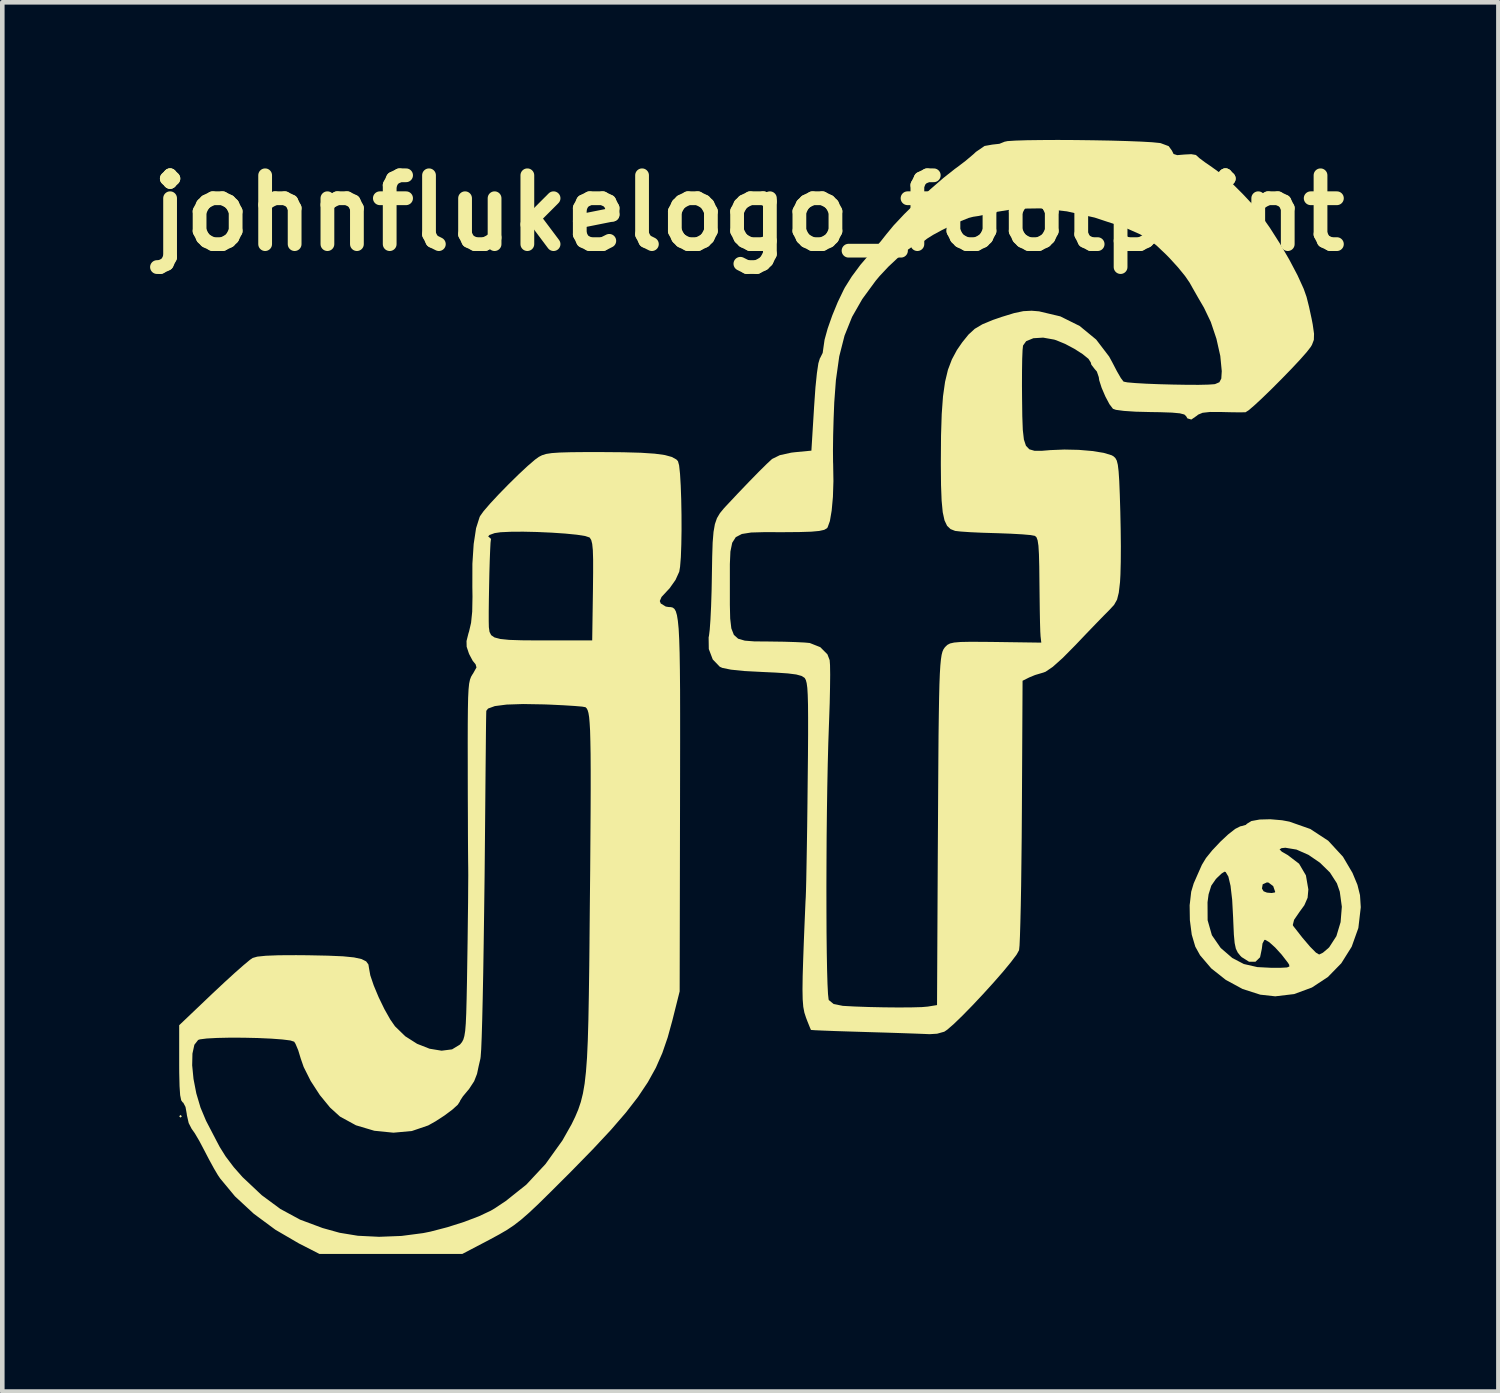
<source format=kicad_pcb>
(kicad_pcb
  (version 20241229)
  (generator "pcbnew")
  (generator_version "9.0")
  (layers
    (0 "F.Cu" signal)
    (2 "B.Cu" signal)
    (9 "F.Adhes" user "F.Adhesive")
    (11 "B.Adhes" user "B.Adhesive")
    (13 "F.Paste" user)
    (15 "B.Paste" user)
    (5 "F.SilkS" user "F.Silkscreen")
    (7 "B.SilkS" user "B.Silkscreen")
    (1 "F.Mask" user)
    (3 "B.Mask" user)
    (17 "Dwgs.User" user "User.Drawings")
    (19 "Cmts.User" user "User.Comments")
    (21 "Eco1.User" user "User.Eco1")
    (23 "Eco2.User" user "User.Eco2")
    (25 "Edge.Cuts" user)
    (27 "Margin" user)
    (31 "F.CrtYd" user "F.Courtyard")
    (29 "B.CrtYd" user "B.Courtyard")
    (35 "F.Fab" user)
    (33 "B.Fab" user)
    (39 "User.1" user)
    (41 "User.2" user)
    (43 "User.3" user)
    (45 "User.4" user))
  (footprint "johnflukelogo_footprint"
    (layer "F.Cu")
    (at 13.264 11.752)
    (property "Reference" "johnflukelogo_footprint" (at 0 -10.16 0) (layer "F.SilkS") (effects (font (size 1.5 1.5) (thickness 0.3))))
    (attr board_only exclude_from_pos_files exclude_from_bom)
    (fp_poly (pts (xy -12.35 9.525) (xy -12.38 9.554) (xy -12.409 9.525) (xy -12.38 9.496)) (stroke (width 0) (type solid)) (fill yes) (layer "F.SilkS"))
    (fp_poly (pts (xy 11.626 3.074) (xy 11.786 3.104) (xy 12.241 3.264) (xy 12.632 3.52) (xy 12.953 3.868) (xy 13.161 4.221) (xy 13.269 4.481) (xy 13.325 4.707) (xy 13.341 4.96) (xy 13.341 4.976) (xy 13.289 5.422) (xy 13.143 5.831) (xy 12.917 6.191) (xy 12.624 6.491) (xy 12.277 6.719) (xy 11.89 6.862) (xy 11.478 6.911) (xy 11.151 6.875) (xy 10.765 6.751) (xy 10.4 6.553) (xy 10.083 6.302) (xy 9.839 6.016) (xy 9.735 5.828) (xy 9.658 5.567) (xy 9.617 5.251) (xy 9.612 4.925) (xy 9.62 4.861) (xy 10.002 4.861) (xy 10.004 5.253) (xy 10.097 5.579) (xy 10.283 5.849) (xy 10.298 5.865) (xy 10.542 6.076) (xy 10.793 6.207) (xy 11.087 6.274) (xy 11.378 6.289) (xy 11.604 6.289) (xy 11.734 6.282) (xy 11.786 6.261) (xy 11.78 6.22) (xy 11.75 6.174) (xy 11.616 6.001) (xy 11.475 5.846) (xy 11.348 5.732) (xy 11.26 5.68) (xy 11.241 5.682) (xy 11.2 5.76) (xy 11.185 5.876) (xy 11.147 6.06) (xy 11.047 6.157) (xy 10.906 6.157) (xy 10.745 6.056) (xy 10.719 6.03) (xy 10.66 5.957) (xy 10.619 5.872) (xy 10.593 5.75) (xy 10.576 5.568) (xy 10.564 5.3) (xy 10.56 5.2) (xy 10.539 4.807) (xy 10.51 4.562) (xy 11.188 4.562) (xy 11.224 4.622) (xy 11.297 4.651) (xy 11.4 4.66) (xy 11.47 4.647) (xy 11.477 4.636) (xy 11.433 4.509) (xy 11.332 4.433) (xy 11.296 4.428) (xy 11.204 4.47) (xy 11.188 4.562) (xy 10.51 4.562) (xy 10.504 4.505) (xy 10.456 4.301) (xy 10.398 4.203) (xy 10.374 4.194) (xy 10.311 4.233) (xy 10.209 4.329) (xy 10.184 4.355) (xy 10.084 4.499) (xy 10.025 4.688) (xy 10.002 4.861) (xy 9.62 4.861) (xy 9.646 4.632) (xy 9.7 4.451) (xy 9.786 4.255) (xy 9.876 4.052) (xy 9.881 4.042) (xy 9.968 3.898) (xy 10.108 3.725) (xy 10.124 3.709) (xy 11.572 3.709) (xy 11.621 3.759) (xy 11.752 3.834) (xy 11.997 4.021) (xy 12.146 4.275) (xy 12.199 4.582) (xy 12.183 4.763) (xy 12.112 4.926) (xy 12.011 5.065) (xy 11.888 5.244) (xy 11.86 5.357) (xy 11.869 5.377) (xy 12.07 5.634) (xy 12.239 5.832) (xy 12.365 5.959) (xy 12.434 6) (xy 12.516 5.961) (xy 12.631 5.864) (xy 12.655 5.84) (xy 12.81 5.6) (xy 12.902 5.294) (xy 12.929 4.959) (xy 12.884 4.63) (xy 12.821 4.448) (xy 12.67 4.213) (xy 12.454 4.001) (xy 12.202 3.828) (xy 11.941 3.713) (xy 11.699 3.673) (xy 11.614 3.682) (xy 11.572 3.709) (xy 10.124 3.709) (xy 10.277 3.546) (xy 10.45 3.384) (xy 10.604 3.263) (xy 10.716 3.206) (xy 10.73 3.204) (xy 10.834 3.176) (xy 10.863 3.149) (xy 10.958 3.091) (xy 11.138 3.058) (xy 11.37 3.052)) (stroke (width 0) (type solid)) (fill yes) (layer "F.SilkS"))
    (fp_poly (pts (xy -2.737 -4.946) (xy -2.345 -4.935) (xy -2.045 -4.915) (xy -1.825 -4.885) (xy -1.672 -4.843) (xy -1.574 -4.789) (xy -1.539 -4.751) (xy -1.514 -4.66) (xy -1.494 -4.476) (xy -1.479 -4.22) (xy -1.468 -3.916) (xy -1.462 -3.585) (xy -1.461 -3.25) (xy -1.466 -2.935) (xy -1.476 -2.661) (xy -1.493 -2.451) (xy -1.511 -2.343) (xy -1.592 -2.164) (xy -1.722 -1.98) (xy -1.774 -1.925) (xy -1.897 -1.792) (xy -1.935 -1.704) (xy -1.914 -1.65) (xy -1.804 -1.583) (xy -1.743 -1.573) (xy -1.694 -1.571) (xy -1.652 -1.56) (xy -1.616 -1.532) (xy -1.586 -1.48) (xy -1.561 -1.395) (xy -1.541 -1.27) (xy -1.524 -1.097) (xy -1.512 -0.868) (xy -1.503 -0.575) (xy -1.497 -0.21) (xy -1.493 0.233) (xy -1.492 0.764) (xy -1.492 1.39) (xy -1.493 2.118) (xy -1.494 2.746) (xy -1.502 6.803) (xy -1.661 7.436) (xy -1.763 7.807) (xy -1.88 8.147) (xy -2.021 8.468) (xy -2.195 8.782) (xy -2.41 9.104) (xy -2.675 9.446) (xy -3 9.822) (xy -3.393 10.243) (xy -3.863 10.724) (xy -3.997 10.858) (xy -4.319 11.179) (xy -4.575 11.431) (xy -4.781 11.625) (xy -4.954 11.776) (xy -5.109 11.897) (xy -5.264 12.001) (xy -5.434 12.1) (xy -5.635 12.209) (xy -5.726 12.257) (xy -6.238 12.525) (xy -7.796 12.525) (xy -9.353 12.525) (xy -9.799 12.297) (xy -10.312 11.998) (xy -10.784 11.649) (xy -11.193 11.27) (xy -11.515 10.882) (xy -11.566 10.807) (xy -11.651 10.663) (xy -11.762 10.46) (xy -11.864 10.264) (xy -11.97 10.063) (xy -12.069 9.895) (xy -12.139 9.796) (xy -12.202 9.673) (xy -12.241 9.501) (xy -12.244 9.473) (xy -12.271 9.322) (xy -12.32 9.229) (xy -12.334 9.221) (xy -12.365 9.177) (xy -12.388 9.065) (xy -12.401 8.871) (xy -12.408 8.582) (xy -12.409 8.414) (xy -12.126 8.414) (xy -12.097 8.711) (xy -12.036 9.026) (xy -11.944 9.336) (xy -11.825 9.62) (xy -11.814 9.642) (xy -11.717 9.828) (xy -11.599 10.055) (xy -11.525 10.195) (xy -11.397 10.4) (xy -11.22 10.634) (xy -11.031 10.848) (xy -11.023 10.856) (xy -10.61 11.245) (xy -10.204 11.545) (xy -9.774 11.778) (xy -9.283 11.961) (xy -8.913 12.064) (xy -8.517 12.129) (xy -8.053 12.152) (xy -7.564 12.133) (xy -7.091 12.071) (xy -6.933 12.039) (xy -6.565 11.943) (xy -6.202 11.828) (xy -5.876 11.704) (xy -5.619 11.583) (xy -5.534 11.533) (xy -5.423 11.459) (xy -5.292 11.372) (xy -4.844 11.015) (xy -4.426 10.567) (xy -4.057 10.052) (xy -3.858 9.7) (xy -3.779 9.537) (xy -3.712 9.379) (xy -3.656 9.213) (xy -3.61 9.028) (xy -3.573 8.813) (xy -3.544 8.556) (xy -3.521 8.247) (xy -3.504 7.872) (xy -3.491 7.421) (xy -3.481 6.883) (xy -3.472 6.247) (xy -3.468 5.855) (xy -3.46 4.96) (xy -3.452 4.173) (xy -3.447 3.49) (xy -3.443 2.9) (xy -3.441 2.399) (xy -3.441 1.978) (xy -3.443 1.63) (xy -3.448 1.348) (xy -3.454 1.124) (xy -3.464 0.953) (xy -3.475 0.825) (xy -3.49 0.735) (xy -3.508 0.674) (xy -3.528 0.636) (xy -3.551 0.613) (xy -3.556 0.61) (xy -3.629 0.597) (xy -3.796 0.583) (xy -4.035 0.568) (xy -4.325 0.554) (xy -4.456 0.549) (xy -4.915 0.541) (xy -5.274 0.553) (xy -5.53 0.586) (xy -5.678 0.64) (xy -5.716 0.689) (xy -5.718 0.755) (xy -5.721 0.923) (xy -5.724 1.179) (xy -5.727 1.508) (xy -5.731 1.897) (xy -5.735 2.331) (xy -5.737 2.563) (xy -5.745 3.453) (xy -5.753 4.288) (xy -5.763 5.062) (xy -5.773 5.769) (xy -5.783 6.401) (xy -5.794 6.953) (xy -5.805 7.418) (xy -5.816 7.79) (xy -5.827 8.062) (xy -5.839 8.227) (xy -5.845 8.272) (xy -5.884 8.44) (xy -5.918 8.601) (xy -5.981 8.762) (xy -6.093 8.933) (xy -6.123 8.968) (xy -6.227 9.093) (xy -6.286 9.185) (xy -6.292 9.203) (xy -6.338 9.274) (xy -6.459 9.383) (xy -6.628 9.509) (xy -6.82 9.634) (xy -6.982 9.725) (xy -7.337 9.846) (xy -7.739 9.883) (xy -8.156 9.841) (xy -8.556 9.722) (xy -8.904 9.532) (xy -9.121 9.335) (xy -9.343 9.064) (xy -9.543 8.756) (xy -9.696 8.451) (xy -9.759 8.27) (xy -9.815 8.086) (xy -9.874 7.946) (xy -9.903 7.9) (xy -9.986 7.873) (xy -10.162 7.851) (xy -10.405 7.833) (xy -10.693 7.82) (xy -11.001 7.813) (xy -11.306 7.812) (xy -11.583 7.818) (xy -11.808 7.83) (xy -11.957 7.849) (xy -11.996 7.862) (xy -12.078 7.967) (xy -12.12 8.159) (xy -12.126 8.414) (xy -12.409 8.414) (xy -12.409 8.366) (xy -12.409 7.541) (xy -11.676 6.843) (xy -11.426 6.609) (xy -11.197 6.4) (xy -11.005 6.231) (xy -10.867 6.116) (xy -10.808 6.075) (xy -10.706 6.046) (xy -10.521 6.027) (xy -10.242 6.016) (xy -9.861 6.014) (xy -9.604 6.016) (xy -9.17 6.025) (xy -8.839 6.039) (xy -8.599 6.063) (xy -8.435 6.099) (xy -8.335 6.149) (xy -8.285 6.217) (xy -8.272 6.299) (xy -8.244 6.454) (xy -8.169 6.675) (xy -8.062 6.931) (xy -7.937 7.189) (xy -7.809 7.416) (xy -7.706 7.564) (xy -7.483 7.781) (xy -7.224 7.946) (xy -6.952 8.053) (xy -6.69 8.096) (xy -6.462 8.067) (xy -6.29 7.962) (xy -6.282 7.953) (xy -6.245 7.907) (xy -6.216 7.852) (xy -6.194 7.776) (xy -6.176 7.664) (xy -6.163 7.502) (xy -6.153 7.278) (xy -6.145 6.977) (xy -6.137 6.586) (xy -6.13 6.133) (xy -6.123 5.682) (xy -6.118 5.252) (xy -6.113 4.862) (xy -6.111 4.53) (xy -6.109 4.275) (xy -6.11 4.116) (xy -6.11 4.107) (xy -6.112 3.962) (xy -6.114 3.718) (xy -6.116 3.392) (xy -6.117 3.003) (xy -6.119 2.566) (xy -6.12 2.101) (xy -6.12 1.897) (xy -6.121 1.382) (xy -6.12 0.97) (xy -6.117 0.648) (xy -6.112 0.404) (xy -6.103 0.225) (xy -6.09 0.097) (xy -6.071 0.008) (xy -6.047 -0.055) (xy -6.017 -0.106) (xy -6.004 -0.124) (xy -5.93 -0.257) (xy -5.949 -0.324) (xy -6.012 -0.401) (xy -6.085 -0.538) (xy -6.097 -0.566) (xy -6.144 -0.707) (xy -6.147 -0.832) (xy -6.105 -0.999) (xy -6.092 -1.039) (xy -6.048 -1.228) (xy -6.023 -1.473) (xy -6.017 -1.799) (xy -6.02 -2.01) (xy -6.019 -2.516) (xy -5.991 -2.947) (xy -5.966 -3.11) (xy -5.676 -3.11) (xy -5.665 -3.104) (xy -5.612 -3.057) (xy -5.616 -3.039) (xy -5.624 -2.972) (xy -5.632 -2.813) (xy -5.641 -2.585) (xy -5.649 -2.313) (xy -5.655 -2.021) (xy -5.66 -1.732) (xy -5.663 -1.471) (xy -5.663 -1.262) (xy -5.66 -1.129) (xy -5.659 -1.126) (xy -5.646 -1.031) (xy -5.61 -0.96) (xy -5.537 -0.91) (xy -5.412 -0.877) (xy -5.219 -0.857) (xy -4.944 -0.848) (xy -4.571 -0.845) (xy -4.452 -0.845) (xy -3.408 -0.845) (xy -3.392 -1.929) (xy -3.388 -2.318) (xy -3.388 -2.607) (xy -3.394 -2.812) (xy -3.408 -2.949) (xy -3.429 -3.033) (xy -3.459 -3.081) (xy -3.467 -3.089) (xy -3.56 -3.12) (xy -3.745 -3.149) (xy -3.997 -3.174) (xy -4.292 -3.194) (xy -4.605 -3.208) (xy -4.911 -3.215) (xy -5.185 -3.213) (xy -5.404 -3.203) (xy -5.534 -3.184) (xy -5.647 -3.143) (xy -5.676 -3.11) (xy -5.966 -3.11) (xy -5.939 -3.29) (xy -5.862 -3.533) (xy -5.852 -3.554) (xy -5.775 -3.662) (xy -5.632 -3.828) (xy -5.444 -4.03) (xy -5.231 -4.248) (xy -5.015 -4.46) (xy -4.816 -4.646) (xy -4.654 -4.785) (xy -4.573 -4.844) (xy -4.501 -4.881) (xy -4.412 -4.909) (xy -4.288 -4.928) (xy -4.113 -4.94) (xy -3.868 -4.947) (xy -3.536 -4.95) (xy -3.233 -4.95)) (stroke (width 0) (type solid)) (fill yes) (layer "F.SilkS"))
    (fp_poly (pts (xy 7.118 -11.75) (xy 7.51 -11.745) (xy 7.891 -11.738) (xy 8.245 -11.728) (xy 8.552 -11.716) (xy 8.796 -11.702) (xy 8.957 -11.686) (xy 8.981 -11.682) (xy 9.155 -11.617) (xy 9.225 -11.521) (xy 9.262 -11.446) (xy 9.342 -11.421) (xy 9.493 -11.434) (xy 9.648 -11.442) (xy 9.747 -11.425) (xy 9.761 -11.414) (xy 9.823 -11.357) (xy 9.953 -11.26) (xy 10.097 -11.161) (xy 10.309 -11.007) (xy 10.526 -10.818) (xy 10.772 -10.572) (xy 10.96 -10.371) (xy 11.15 -10.137) (xy 11.362 -9.836) (xy 11.579 -9.495) (xy 11.785 -9.141) (xy 11.963 -8.803) (xy 12.098 -8.507) (xy 12.16 -8.331) (xy 12.214 -8.116) (xy 12.269 -7.862) (xy 12.294 -7.734) (xy 12.323 -7.529) (xy 12.319 -7.395) (xy 12.278 -7.287) (xy 12.25 -7.24) (xy 12.163 -7.128) (xy 12.019 -6.965) (xy 11.834 -6.767) (xy 11.626 -6.553) (xy 11.412 -6.338) (xy 11.208 -6.14) (xy 11.032 -5.976) (xy 10.901 -5.863) (xy 10.831 -5.818) (xy 10.83 -5.818) (xy 10.735 -5.816) (xy 10.559 -5.817) (xy 10.338 -5.822) (xy 10.307 -5.823) (xy 10.056 -5.824) (xy 9.894 -5.806) (xy 9.796 -5.765) (xy 9.772 -5.744) (xy 9.649 -5.659) (xy 9.563 -5.684) (xy 9.535 -5.733) (xy 9.496 -5.769) (xy 9.399 -5.794) (xy 9.228 -5.81) (xy 8.967 -5.819) (xy 8.761 -5.822) (xy 8.437 -5.83) (xy 8.18 -5.847) (xy 8.007 -5.87) (xy 7.941 -5.893) (xy 7.864 -5.994) (xy 7.775 -6.162) (xy 7.694 -6.351) (xy 7.641 -6.516) (xy 7.632 -6.583) (xy 7.59 -6.705) (xy 7.544 -6.758) (xy 7.47 -6.854) (xy 7.457 -6.904) (xy 7.408 -6.981) (xy 7.28 -7.085) (xy 7.102 -7.199) (xy 6.901 -7.306) (xy 6.707 -7.386) (xy 6.661 -7.401) (xy 6.419 -7.444) (xy 6.206 -7.431) (xy 6.049 -7.366) (xy 5.981 -7.271) (xy 5.971 -7.174) (xy 5.963 -6.982) (xy 5.959 -6.717) (xy 5.958 -6.401) (xy 5.96 -6.132) (xy 5.965 -5.732) (xy 5.976 -5.434) (xy 6 -5.223) (xy 6.045 -5.087) (xy 6.119 -5.01) (xy 6.23 -4.978) (xy 6.384 -4.977) (xy 6.58 -4.993) (xy 6.882 -5.005) (xy 7.195 -4.998) (xy 7.49 -4.973) (xy 7.738 -4.933) (xy 7.911 -4.881) (xy 7.952 -4.858) (xy 7.993 -4.82) (xy 8.024 -4.764) (xy 8.047 -4.672) (xy 8.064 -4.53) (xy 8.078 -4.319) (xy 8.09 -4.024) (xy 8.101 -3.653) (xy 8.109 -3.27) (xy 8.113 -2.895) (xy 8.111 -2.556) (xy 8.104 -2.282) (xy 8.095 -2.116) (xy 8.068 -1.886) (xy 8.03 -1.734) (xy 7.965 -1.619) (xy 7.858 -1.504) (xy 7.742 -1.387) (xy 7.569 -1.209) (xy 7.361 -0.993) (xy 7.142 -0.763) (xy 7.124 -0.744) (xy 6.847 -0.464) (xy 6.629 -0.269) (xy 6.473 -0.163) (xy 6.425 -0.145) (xy 6.243 -0.091) (xy 6.117 -0.039) (xy 5.971 0.034) (xy 5.956 2.881) (xy 5.952 3.452) (xy 5.946 3.992) (xy 5.94 4.489) (xy 5.932 4.93) (xy 5.923 5.304) (xy 5.914 5.599) (xy 5.905 5.803) (xy 5.895 5.902) (xy 5.895 5.905) (xy 5.841 6.002) (xy 5.719 6.164) (xy 5.547 6.373) (xy 5.339 6.611) (xy 5.112 6.861) (xy 4.882 7.106) (xy 4.664 7.329) (xy 4.475 7.512) (xy 4.33 7.638) (xy 4.265 7.682) (xy 4.108 7.726) (xy 3.944 7.736) (xy 3.83 7.731) (xy 3.62 7.723) (xy 3.336 7.713) (xy 2.998 7.702) (xy 2.628 7.691) (xy 2.563 7.689) (xy 2.204 7.678) (xy 1.887 7.668) (xy 1.629 7.658) (xy 1.449 7.65) (xy 1.364 7.644) (xy 1.359 7.643) (xy 1.335 7.587) (xy 1.283 7.458) (xy 1.252 7.377) (xy 1.216 7.266) (xy 1.192 7.14) (xy 1.179 6.978) (xy 1.175 6.759) (xy 1.179 6.463) (xy 1.19 6.11) (xy 1.203 5.748) (xy 1.217 5.399) (xy 1.23 5.091) (xy 1.24 4.853) (xy 1.246 4.748) (xy 1.251 4.609) (xy 1.257 4.37) (xy 1.263 4.046) (xy 1.27 3.652) (xy 1.277 3.204) (xy 1.283 2.718) (xy 1.288 2.23) (xy 1.294 1.665) (xy 1.297 1.205) (xy 1.297 0.838) (xy 1.295 0.555) (xy 1.289 0.342) (xy 1.28 0.19) (xy 1.266 0.086) (xy 1.248 0.019) (xy 1.226 -0.022) (xy 1.217 -0.032) (xy 1.152 -0.072) (xy 1.038 -0.103) (xy 0.858 -0.126) (xy 0.593 -0.144) (xy 0.314 -0.157) (xy -0.09 -0.178) (xy -0.383 -0.208) (xy -0.568 -0.245) (xy -0.627 -0.271) (xy -0.781 -0.431) (xy -0.867 -0.657) (xy -0.871 -0.91) (xy -0.863 -0.948) (xy -0.847 -1.076) (xy -0.831 -1.298) (xy -0.817 -1.59) (xy -0.806 -1.928) (xy -0.802 -2.137) (xy -0.408 -2.137) (xy -0.408 -2.023) (xy -0.408 -1.621) (xy -0.401 -1.321) (xy -0.376 -1.108) (xy -0.321 -0.967) (xy -0.227 -0.882) (xy -0.081 -0.84) (xy 0.126 -0.824) (xy 0.407 -0.822) (xy 0.48 -0.821) (xy 0.77 -0.817) (xy 1.027 -0.809) (xy 1.225 -0.799) (xy 1.333 -0.789) (xy 1.563 -0.698) (xy 1.718 -0.542) (xy 1.767 -0.415) (xy 1.775 -0.305) (xy 1.778 -0.099) (xy 1.775 0.183) (xy 1.768 0.52) (xy 1.755 0.894) (xy 1.751 1.002) (xy 1.737 1.402) (xy 1.725 1.858) (xy 1.715 2.357) (xy 1.707 2.886) (xy 1.701 3.433) (xy 1.698 3.983) (xy 1.696 4.525) (xy 1.697 5.044) (xy 1.699 5.53) (xy 1.704 5.967) (xy 1.711 6.343) (xy 1.72 6.646) (xy 1.731 6.862) (xy 1.744 6.979) (xy 1.749 6.993) (xy 1.854 7.079) (xy 2.054 7.119) (xy 2.313 7.133) (xy 2.62 7.144) (xy 2.948 7.151) (xy 3.268 7.154) (xy 3.553 7.152) (xy 3.775 7.146) (xy 3.903 7.135) (xy 4.107 7.102) (xy 4.123 3.886) (xy 4.128 3.061) (xy 4.132 2.346) (xy 4.136 1.73) (xy 4.14 1.207) (xy 4.146 0.769) (xy 4.152 0.408) (xy 4.159 0.115) (xy 4.168 -0.118) (xy 4.179 -0.297) (xy 4.192 -0.432) (xy 4.207 -0.531) (xy 4.225 -0.6) (xy 4.246 -0.649) (xy 4.27 -0.685) (xy 4.286 -0.704) (xy 4.332 -0.748) (xy 4.391 -0.779) (xy 4.48 -0.799) (xy 4.618 -0.811) (xy 4.823 -0.815) (xy 5.114 -0.814) (xy 5.387 -0.811) (xy 6.379 -0.797) (xy 6.363 -0.937) (xy 6.357 -1.041) (xy 6.351 -1.238) (xy 6.346 -1.507) (xy 6.342 -1.825) (xy 6.339 -2.08) (xy 6.335 -2.451) (xy 6.328 -2.722) (xy 6.317 -2.908) (xy 6.299 -3.026) (xy 6.274 -3.093) (xy 6.24 -3.123) (xy 6.239 -3.124) (xy 6.148 -3.141) (xy 5.966 -3.157) (xy 5.717 -3.171) (xy 5.429 -3.182) (xy 5.389 -3.183) (xy 5.092 -3.192) (xy 4.829 -3.204) (xy 4.625 -3.218) (xy 4.508 -3.231) (xy 4.501 -3.232) (xy 4.402 -3.271) (xy 4.326 -3.343) (xy 4.27 -3.461) (xy 4.231 -3.639) (xy 4.207 -3.891) (xy 4.194 -4.23) (xy 4.19 -4.67) (xy 4.19 -4.735) (xy 4.194 -5.307) (xy 4.209 -5.778) (xy 4.237 -6.164) (xy 4.282 -6.481) (xy 4.345 -6.744) (xy 4.431 -6.97) (xy 4.54 -7.173) (xy 4.655 -7.34) (xy 4.793 -7.511) (xy 4.929 -7.636) (xy 5.096 -7.735) (xy 5.323 -7.829) (xy 5.518 -7.896) (xy 5.785 -7.978) (xy 5.988 -8.021) (xy 6.17 -8.03) (xy 6.33 -8.017) (xy 6.794 -7.907) (xy 7.215 -7.698) (xy 7.575 -7.402) (xy 7.858 -7.031) (xy 7.927 -6.904) (xy 8.027 -6.712) (xy 8.113 -6.563) (xy 8.17 -6.488) (xy 8.173 -6.485) (xy 8.254 -6.469) (xy 8.426 -6.454) (xy 8.666 -6.44) (xy 8.949 -6.429) (xy 9.251 -6.421) (xy 9.546 -6.416) (xy 9.811 -6.415) (xy 10.02 -6.42) (xy 10.15 -6.429) (xy 10.167 -6.432) (xy 10.26 -6.472) (xy 10.302 -6.552) (xy 10.312 -6.711) (xy 10.312 -6.715) (xy 10.28 -7.045) (xy 10.196 -7.419) (xy 10.073 -7.786) (xy 9.925 -8.095) (xy 9.924 -8.097) (xy 9.799 -8.311) (xy 9.677 -8.525) (xy 9.611 -8.643) (xy 9.512 -8.787) (xy 9.357 -8.977) (xy 9.171 -9.181) (xy 9.098 -9.255) (xy 8.895 -9.448) (xy 8.719 -9.587) (xy 8.53 -9.697) (xy 8.287 -9.805) (xy 8.156 -9.857) (xy 7.543 -10.06) (xy 6.936 -10.196) (xy 6.355 -10.261) (xy 5.822 -10.253) (xy 5.423 -10.187) (xy 5.202 -10.135) (xy 5.017 -10.096) (xy 4.903 -10.079) (xy 4.895 -10.078) (xy 4.795 -10.052) (xy 4.626 -9.984) (xy 4.419 -9.889) (xy 4.205 -9.783) (xy 4.017 -9.681) (xy 3.887 -9.599) (xy 3.857 -9.574) (xy 3.761 -9.508) (xy 3.718 -9.496) (xy 3.609 -9.455) (xy 3.447 -9.344) (xy 3.253 -9.183) (xy 3.048 -8.991) (xy 2.855 -8.785) (xy 2.768 -8.681) (xy 2.478 -8.285) (xy 2.255 -7.895) (xy 2.091 -7.487) (xy 1.976 -7.036) (xy 1.903 -6.517) (xy 1.867 -6.03) (xy 1.853 -5.674) (xy 1.843 -5.315) (xy 1.839 -4.989) (xy 1.841 -4.734) (xy 1.843 -4.69) (xy 1.849 -4.318) (xy 1.838 -3.973) (xy 1.811 -3.676) (xy 1.772 -3.447) (xy 1.722 -3.308) (xy 1.707 -3.289) (xy 1.648 -3.255) (xy 1.54 -3.231) (xy 1.365 -3.215) (xy 1.107 -3.207) (xy 0.751 -3.204) (xy 0.724 -3.204) (xy 0.342 -3.205) (xy 0.057 -3.197) (xy -0.146 -3.165) (xy -0.279 -3.096) (xy -0.357 -2.973) (xy -0.396 -2.782) (xy -0.408 -2.508) (xy -0.408 -2.137) (xy -0.802 -2.137) (xy -0.8 -2.262) (xy -0.793 -2.669) (xy -0.783 -2.978) (xy -0.764 -3.209) (xy -0.734 -3.38) (xy -0.689 -3.51) (xy -0.624 -3.619) (xy -0.536 -3.726) (xy -0.499 -3.766) (xy -0.239 -4.043) (xy 0.008 -4.301) (xy 0.224 -4.522) (xy 0.396 -4.692) (xy 0.506 -4.794) (xy 0.515 -4.801) (xy 0.68 -4.882) (xy 0.928 -4.937) (xy 1.012 -4.947) (xy 1.369 -4.981) (xy 1.429 -5.955) (xy 1.457 -6.357) (xy 1.489 -6.67) (xy 1.521 -6.885) (xy 1.554 -6.994) (xy 1.56 -7.001) (xy 1.615 -7.111) (xy 1.631 -7.225) (xy 1.656 -7.399) (xy 1.724 -7.644) (xy 1.824 -7.928) (xy 1.944 -8.22) (xy 2.073 -8.488) (xy 2.098 -8.536) (xy 2.25 -8.778) (xy 2.437 -9.03) (xy 2.561 -9.175) (xy 2.732 -9.366) (xy 2.896 -9.562) (xy 2.995 -9.688) (xy 3.16 -9.888) (xy 3.392 -10.135) (xy 3.667 -10.405) (xy 3.96 -10.676) (xy 4.245 -10.923) (xy 4.498 -11.123) (xy 4.544 -11.156) (xy 4.727 -11.295) (xy 4.899 -11.44) (xy 4.953 -11.491) (xy 5.143 -11.621) (xy 5.313 -11.651) (xy 5.466 -11.668) (xy 5.568 -11.709) (xy 5.572 -11.712) (xy 5.644 -11.727) (xy 5.814 -11.738) (xy 6.065 -11.746) (xy 6.378 -11.75) (xy 6.735 -11.752)) (stroke (width 0) (type solid)) (fill yes) (layer "F.SilkS")))
  (gr_rect
    (start -3 -3)
    (end 29.605 27.277)
    (stroke (width 0.1) (type default))
    (fill no)
    (layer "Edge.Cuts")))
</source>
